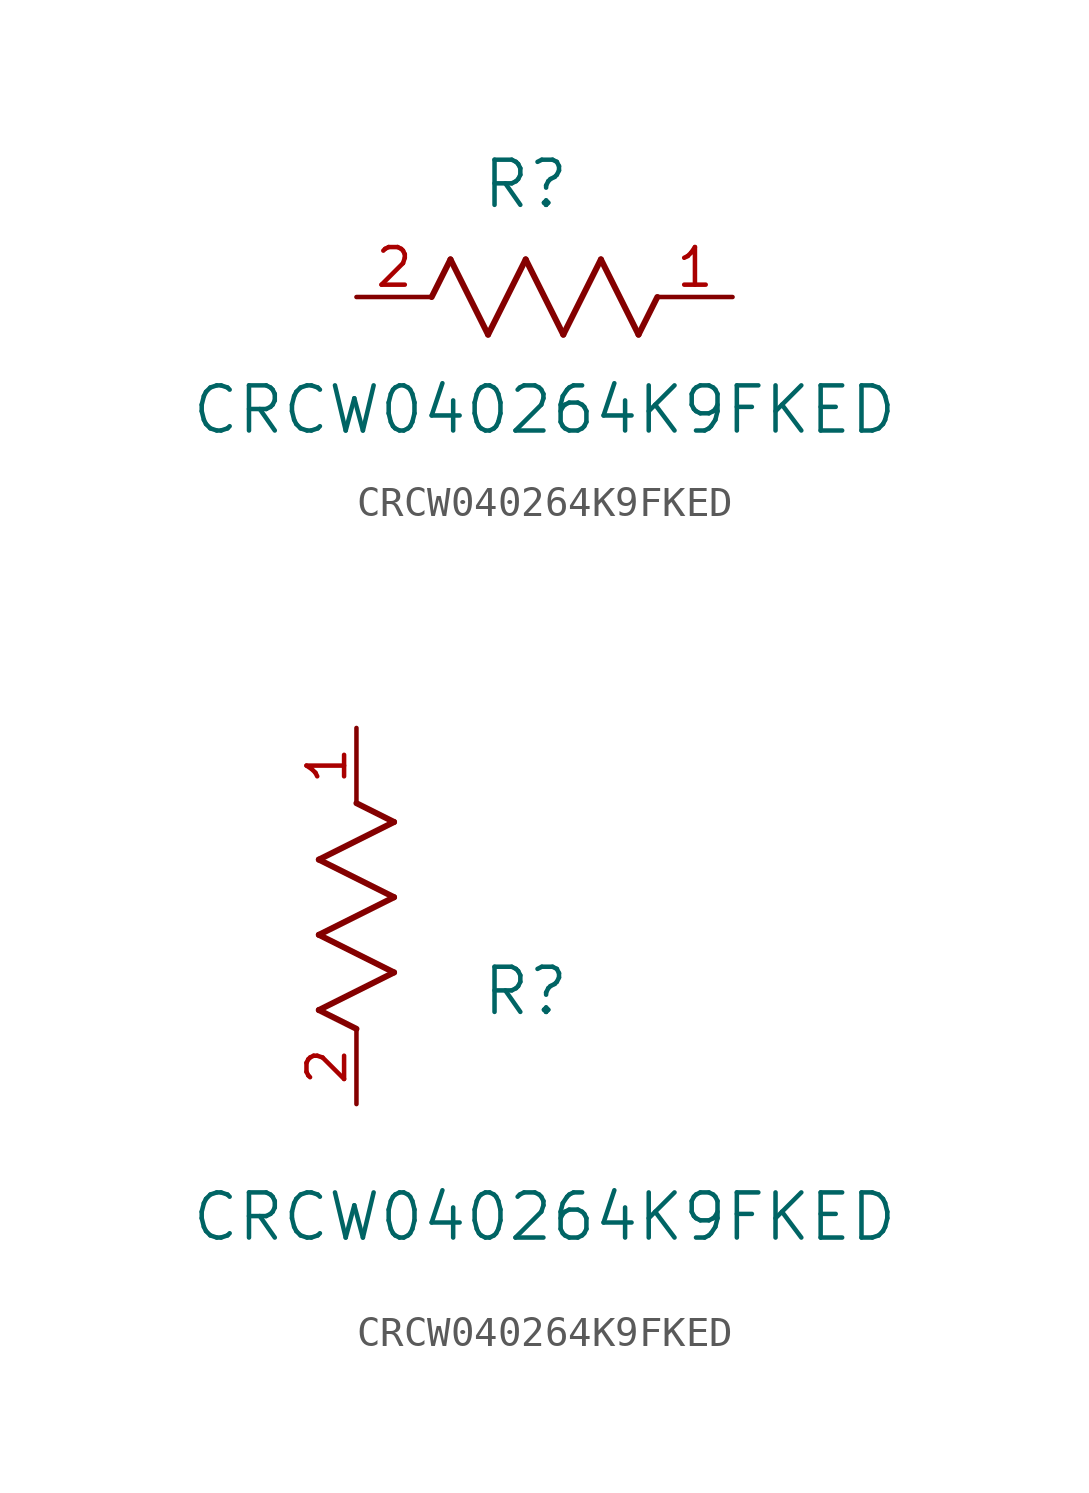
<source format=kicad_sym>
(kicad_symbol_lib
  (version 20211014)
  (generator kicad_symbol_editor)
  (symbol "CRCW040264K9FKED"
    (pin_names
      (offset 0.254))
    (property "Reference" "R"
      (at 5.715 3.81 0)
      (effects (font (size 1.524 1.524))))
    (property "Value" "CRCW040264K9FKED"
      (at 6.35 -3.81 0)
      (effects (font (size 1.524 1.524))))
    (symbol "CRCW040264K9FKED_1_1"
      (polyline (pts (xy 3.175 1.27) (xy 4.445 -1.27)) (stroke (width 0.203) (type default) (color 0 0 0 0)) (fill (type none)))
      (polyline (pts (xy 4.445 -1.27) (xy 5.715 1.27)) (stroke (width 0.203) (type default) (color 0 0 0 0)) (fill (type none)))
      (polyline (pts (xy 5.715 1.27) (xy 6.985 -1.27)) (stroke (width 0.203) (type default) (color 0 0 0 0)) (fill (type none)))
      (polyline (pts (xy 6.985 -1.27) (xy 8.255 1.27)) (stroke (width 0.203) (type default) (color 0 0 0 0)) (fill (type none)))
      (polyline (pts (xy 8.255 1.27) (xy 9.525 -1.27)) (stroke (width 0.203) (type default) (color 0 0 0 0)) (fill (type none)))
      (polyline (pts (xy 2.54 0) (xy 3.175 1.27)) (stroke (width 0.203) (type default) (color 0 0 0 0)) (fill (type none)))
      (polyline (pts (xy 9.525 -1.27) (xy 10.16 0)) (stroke (width 0.203) (type default) (color 0 0 0 0)) (fill (type none)))
      (pin unspecified line (at 12.7 0 180) (length 2.54) (name "" (effects (font (size 1.27 1.27)))) (number "1" (effects (font (size 1.27 1.27)))))
      (pin unspecified line (at 0 0 0) (length 2.54) (name "" (effects (font (size 1.27 1.27)))) (number "2" (effects (font (size 1.27 1.27))))))
    (symbol "CRCW040264K9FKED_1_2"
      (polyline (pts (xy 0 2.54) (xy -1.27 3.175)) (stroke (width 0.203) (type default) (color 0 0 0 0)) (fill (type none)))
      (polyline (pts (xy -1.27 3.175) (xy 1.27 4.445)) (stroke (width 0.203) (type default) (color 0 0 0 0)) (fill (type none)))
      (polyline (pts (xy 1.27 4.445) (xy -1.27 5.715)) (stroke (width 0.203) (type default) (color 0 0 0 0)) (fill (type none)))
      (polyline (pts (xy -1.27 5.715) (xy 1.27 6.985)) (stroke (width 0.203) (type default) (color 0 0 0 0)) (fill (type none)))
      (polyline (pts (xy -1.27 8.255) (xy 1.27 9.525)) (stroke (width 0.203) (type default) (color 0 0 0 0)) (fill (type none)))
      (polyline (pts (xy 1.27 9.525) (xy 0 10.16)) (stroke (width 0.203) (type default) (color 0 0 0 0)) (fill (type none)))
      (polyline (pts (xy 1.27 6.985) (xy -1.27 8.255)) (stroke (width 0.203) (type default) (color 0 0 0 0)) (fill (type none)))
      (pin unspecified line (at 0 12.7 270) (length 2.54) (name "" (effects (font (size 1.27 1.27)))) (number "1" (effects (font (size 1.27 1.27)))))
      (pin unspecified line (at 0 0 90) (length 2.54) (name "" (effects (font (size 1.27 1.27)))) (number "2" (effects (font (size 1.27 1.27))))))))
</source>
